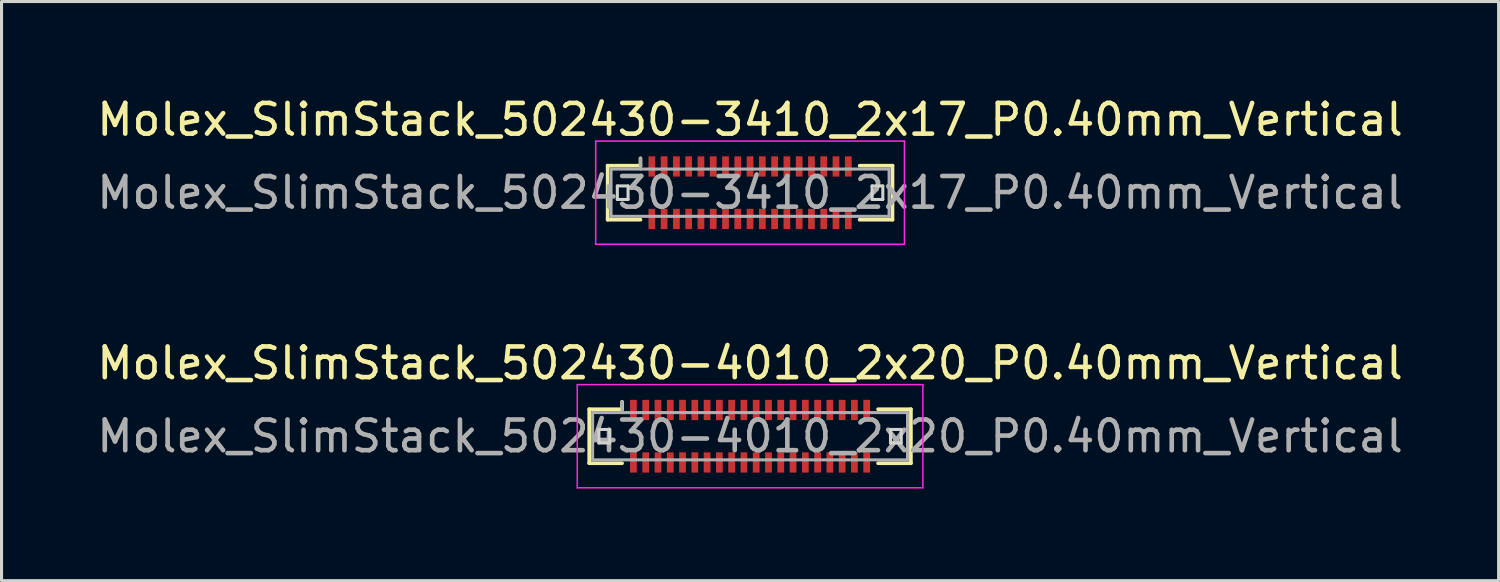
<source format=kicad_pcb>
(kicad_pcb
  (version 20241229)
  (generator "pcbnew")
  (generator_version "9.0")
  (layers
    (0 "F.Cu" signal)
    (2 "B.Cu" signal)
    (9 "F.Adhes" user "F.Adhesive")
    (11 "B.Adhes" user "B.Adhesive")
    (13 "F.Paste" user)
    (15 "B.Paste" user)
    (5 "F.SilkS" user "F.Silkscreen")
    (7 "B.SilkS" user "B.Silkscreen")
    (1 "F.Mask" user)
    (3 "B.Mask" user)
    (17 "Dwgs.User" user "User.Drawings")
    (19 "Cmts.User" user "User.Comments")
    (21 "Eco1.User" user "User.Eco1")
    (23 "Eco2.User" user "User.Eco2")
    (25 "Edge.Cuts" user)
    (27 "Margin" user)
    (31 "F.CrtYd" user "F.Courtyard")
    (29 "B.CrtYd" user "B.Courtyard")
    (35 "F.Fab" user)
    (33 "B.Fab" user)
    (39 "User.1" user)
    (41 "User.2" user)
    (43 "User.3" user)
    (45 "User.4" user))
  (footprint "Molex_SlimStack_502430-3410_2x17_P0.40mm_Vertical"
    (layer "F.Cu")
    (at 21.387 3.228)
    (property "Reference" "Molex_SlimStack_502430-3410_2x17_P0.40mm_Vertical" (at 0 -2.38 0) (layer "F.SilkS") (effects (font (size 1 1) (thickness 0.15))))
    (attr smd)
    (fp_line (start -4.64 -0.88) (end -3.57 -0.88) (stroke (width 0.12) (type solid)) (layer "F.SilkS"))
    (fp_line (start -4.64 0.88) (end -4.64 -0.88) (stroke (width 0.12) (type solid)) (layer "F.SilkS"))
    (fp_line (start -3.57 -0.88) (end -3.57 -1.12) (stroke (width 0.12) (type solid)) (layer "F.SilkS"))
    (fp_line (start -3.57 0.88) (end -4.64 0.88) (stroke (width 0.12) (type solid)) (layer "F.SilkS"))
    (fp_line (start 3.57 0.88) (end 4.64 0.88) (stroke (width 0.12) (type solid)) (layer "F.SilkS"))
    (fp_line (start 4.64 -0.88) (end 3.57 -0.88) (stroke (width 0.12) (type solid)) (layer "F.SilkS"))
    (fp_line (start 4.64 0.88) (end 4.64 -0.88) (stroke (width 0.12) (type solid)) (layer "F.SilkS"))
    (fp_line (start -4.325 -0.22) (end -4.325 0.22) (stroke (width 0.1) (type solid)) (layer "Edge.Cuts"))
    (fp_line (start -4.325 0.22) (end -3.975 0.22) (stroke (width 0.1) (type solid)) (layer "Edge.Cuts"))
    (fp_line (start -3.975 -0.22) (end -4.325 -0.22) (stroke (width 0.1) (type solid)) (layer "Edge.Cuts"))
    (fp_line (start -3.975 0.22) (end -3.975 -0.22) (stroke (width 0.1) (type solid)) (layer "Edge.Cuts"))
    (fp_line (start 3.975 -0.22) (end 3.975 0.22) (stroke (width 0.1) (type solid)) (layer "Edge.Cuts"))
    (fp_line (start 3.975 0.22) (end 4.325 0.22) (stroke (width 0.1) (type solid)) (layer "Edge.Cuts"))
    (fp_line (start 4.325 -0.22) (end 3.975 -0.22) (stroke (width 0.1) (type solid)) (layer "Edge.Cuts"))
    (fp_line (start 4.325 0.22) (end 4.325 -0.22) (stroke (width 0.1) (type solid)) (layer "Edge.Cuts"))
    (fp_line (start -5.03 -1.68) (end -5.03 1.68) (stroke (width 0.05) (type solid)) (layer "F.CrtYd"))
    (fp_line (start -5.03 1.68) (end 5.03 1.68) (stroke (width 0.05) (type solid)) (layer "F.CrtYd"))
    (fp_line (start 5.03 -1.68) (end -5.03 -1.68) (stroke (width 0.05) (type solid)) (layer "F.CrtYd"))
    (fp_line (start 5.03 1.68) (end 5.03 -1.68) (stroke (width 0.05) (type solid)) (layer "F.CrtYd"))
    (fp_line (start -4.53 -0.77) (end -4.53 0.77) (stroke (width 0.1) (type solid)) (layer "F.Fab"))
    (fp_line (start -4.53 0.77) (end 4.53 0.77) (stroke (width 0.1) (type solid)) (layer "F.Fab"))
    (fp_line (start -3.57 -0.77) (end -3.57 -1.12) (stroke (width 0.1) (type solid)) (layer "F.Fab"))
    (fp_line (start 4.53 -0.77) (end -4.53 -0.77) (stroke (width 0.1) (type solid)) (layer "F.Fab"))
    (fp_line (start 4.53 0.77) (end 4.53 -0.77) (stroke (width 0.1) (type solid)) (layer "F.Fab"))
    (fp_text user "${REFERENCE}" (at 0 0 0) (layer "F.Fab") (effects (font (size 1 1) (thickness 0.15))))
    (pad "1" smd rect (at -3.2 -0.855) (size 0.22 0.66) (layers "F.Cu" "F.Mask" "F.Paste"))
    (pad "2" smd rect (at -3.2 0.855) (size 0.22 0.66) (layers "F.Cu" "F.Mask" "F.Paste"))
    (pad "3" smd rect (at -2.8 -0.855) (size 0.22 0.66) (layers "F.Cu" "F.Mask" "F.Paste"))
    (pad "4" smd rect (at -2.8 0.855) (size 0.22 0.66) (layers "F.Cu" "F.Mask" "F.Paste"))
    (pad "5" smd rect (at -2.4 -0.855) (size 0.22 0.66) (layers "F.Cu" "F.Mask" "F.Paste"))
    (pad "6" smd rect (at -2.4 0.855) (size 0.22 0.66) (layers "F.Cu" "F.Mask" "F.Paste"))
    (pad "7" smd rect (at -2 -0.855) (size 0.22 0.66) (layers "F.Cu" "F.Mask" "F.Paste"))
    (pad "8" smd rect (at -2 0.855) (size 0.22 0.66) (layers "F.Cu" "F.Mask" "F.Paste"))
    (pad "9" smd rect (at -1.6 -0.855) (size 0.22 0.66) (layers "F.Cu" "F.Mask" "F.Paste"))
    (pad "10" smd rect (at -1.6 0.855) (size 0.22 0.66) (layers "F.Cu" "F.Mask" "F.Paste"))
    (pad "11" smd rect (at -1.2 -0.855) (size 0.22 0.66) (layers "F.Cu" "F.Mask" "F.Paste"))
    (pad "12" smd rect (at -1.2 0.855) (size 0.22 0.66) (layers "F.Cu" "F.Mask" "F.Paste"))
    (pad "13" smd rect (at -0.8 -0.855) (size 0.22 0.66) (layers "F.Cu" "F.Mask" "F.Paste"))
    (pad "14" smd rect (at -0.8 0.855) (size 0.22 0.66) (layers "F.Cu" "F.Mask" "F.Paste"))
    (pad "15" smd rect (at -0.4 -0.855) (size 0.22 0.66) (layers "F.Cu" "F.Mask" "F.Paste"))
    (pad "16" smd rect (at -0.4 0.855) (size 0.22 0.66) (layers "F.Cu" "F.Mask" "F.Paste"))
    (pad "17" smd rect (at 0 -0.855) (size 0.22 0.66) (layers "F.Cu" "F.Mask" "F.Paste"))
    (pad "18" smd rect (at 0 0.855) (size 0.22 0.66) (layers "F.Cu" "F.Mask" "F.Paste"))
    (pad "19" smd rect (at 0.4 -0.855) (size 0.22 0.66) (layers "F.Cu" "F.Mask" "F.Paste"))
    (pad "20" smd rect (at 0.4 0.855) (size 0.22 0.66) (layers "F.Cu" "F.Mask" "F.Paste"))
    (pad "21" smd rect (at 0.8 -0.855) (size 0.22 0.66) (layers "F.Cu" "F.Mask" "F.Paste"))
    (pad "22" smd rect (at 0.8 0.855) (size 0.22 0.66) (layers "F.Cu" "F.Mask" "F.Paste"))
    (pad "23" smd rect (at 1.2 -0.855) (size 0.22 0.66) (layers "F.Cu" "F.Mask" "F.Paste"))
    (pad "24" smd rect (at 1.2 0.855) (size 0.22 0.66) (layers "F.Cu" "F.Mask" "F.Paste"))
    (pad "25" smd rect (at 1.6 -0.855) (size 0.22 0.66) (layers "F.Cu" "F.Mask" "F.Paste"))
    (pad "26" smd rect (at 1.6 0.855) (size 0.22 0.66) (layers "F.Cu" "F.Mask" "F.Paste"))
    (pad "27" smd rect (at 2 -0.855) (size 0.22 0.66) (layers "F.Cu" "F.Mask" "F.Paste"))
    (pad "28" smd rect (at 2 0.855) (size 0.22 0.66) (layers "F.Cu" "F.Mask" "F.Paste"))
    (pad "29" smd rect (at 2.4 -0.855) (size 0.22 0.66) (layers "F.Cu" "F.Mask" "F.Paste"))
    (pad "30" smd rect (at 2.4 0.855) (size 0.22 0.66) (layers "F.Cu" "F.Mask" "F.Paste"))
    (pad "31" smd rect (at 2.8 -0.855) (size 0.22 0.66) (layers "F.Cu" "F.Mask" "F.Paste"))
    (pad "32" smd rect (at 2.8 0.855) (size 0.22 0.66) (layers "F.Cu" "F.Mask" "F.Paste"))
    (pad "33" smd rect (at 3.2 -0.855) (size 0.22 0.66) (layers "F.Cu" "F.Mask" "F.Paste"))
    (pad "34" smd rect (at 3.2 0.855) (size 0.22 0.66) (layers "F.Cu" "F.Mask" "F.Paste")))
  (footprint "Molex_SlimStack_502430-4010_2x20_P0.40mm_Vertical"
    (layer "F.Cu")
    (at 21.387 11.162)
    (property "Reference" "Molex_SlimStack_502430-4010_2x20_P0.40mm_Vertical" (at 0 -2.38 0) (layer "F.SilkS") (effects (font (size 1 1) (thickness 0.15))))
    (attr smd)
    (fp_line (start -5.24 -0.88) (end -4.17 -0.88) (stroke (width 0.12) (type solid)) (layer "F.SilkS"))
    (fp_line (start -5.24 0.88) (end -5.24 -0.88) (stroke (width 0.12) (type solid)) (layer "F.SilkS"))
    (fp_line (start -4.17 -0.88) (end -4.17 -1.12) (stroke (width 0.12) (type solid)) (layer "F.SilkS"))
    (fp_line (start -4.17 0.88) (end -5.24 0.88) (stroke (width 0.12) (type solid)) (layer "F.SilkS"))
    (fp_line (start 4.17 0.88) (end 5.24 0.88) (stroke (width 0.12) (type solid)) (layer "F.SilkS"))
    (fp_line (start 5.24 -0.88) (end 4.17 -0.88) (stroke (width 0.12) (type solid)) (layer "F.SilkS"))
    (fp_line (start 5.24 0.88) (end 5.24 -0.88) (stroke (width 0.12) (type solid)) (layer "F.SilkS"))
    (fp_line (start -4.925 -0.22) (end -4.925 0.22) (stroke (width 0.1) (type solid)) (layer "Edge.Cuts"))
    (fp_line (start -4.925 0.22) (end -4.575 0.22) (stroke (width 0.1) (type solid)) (layer "Edge.Cuts"))
    (fp_line (start -4.575 -0.22) (end -4.925 -0.22) (stroke (width 0.1) (type solid)) (layer "Edge.Cuts"))
    (fp_line (start -4.575 0.22) (end -4.575 -0.22) (stroke (width 0.1) (type solid)) (layer "Edge.Cuts"))
    (fp_line (start 4.575 -0.22) (end 4.575 0.22) (stroke (width 0.1) (type solid)) (layer "Edge.Cuts"))
    (fp_line (start 4.575 0.22) (end 4.925 0.22) (stroke (width 0.1) (type solid)) (layer "Edge.Cuts"))
    (fp_line (start 4.925 -0.22) (end 4.575 -0.22) (stroke (width 0.1) (type solid)) (layer "Edge.Cuts"))
    (fp_line (start 4.925 0.22) (end 4.925 -0.22) (stroke (width 0.1) (type solid)) (layer "Edge.Cuts"))
    (fp_line (start -5.63 -1.68) (end -5.63 1.68) (stroke (width 0.05) (type solid)) (layer "F.CrtYd"))
    (fp_line (start -5.63 1.68) (end 5.63 1.68) (stroke (width 0.05) (type solid)) (layer "F.CrtYd"))
    (fp_line (start 5.63 -1.68) (end -5.63 -1.68) (stroke (width 0.05) (type solid)) (layer "F.CrtYd"))
    (fp_line (start 5.63 1.68) (end 5.63 -1.68) (stroke (width 0.05) (type solid)) (layer "F.CrtYd"))
    (fp_line (start -5.13 -0.77) (end -5.13 0.77) (stroke (width 0.1) (type solid)) (layer "F.Fab"))
    (fp_line (start -5.13 0.77) (end 5.13 0.77) (stroke (width 0.1) (type solid)) (layer "F.Fab"))
    (fp_line (start -4.17 -0.77) (end -4.17 -1.12) (stroke (width 0.1) (type solid)) (layer "F.Fab"))
    (fp_line (start 5.13 -0.77) (end -5.13 -0.77) (stroke (width 0.1) (type solid)) (layer "F.Fab"))
    (fp_line (start 5.13 0.77) (end 5.13 -0.77) (stroke (width 0.1) (type solid)) (layer "F.Fab"))
    (fp_text user "${REFERENCE}" (at 0 0 0) (layer "F.Fab") (effects (font (size 1 1) (thickness 0.15))))
    (pad "1" smd rect (at -3.8 -0.855) (size 0.22 0.66) (layers "F.Cu" "F.Mask" "F.Paste"))
    (pad "2" smd rect (at -3.8 0.855) (size 0.22 0.66) (layers "F.Cu" "F.Mask" "F.Paste"))
    (pad "3" smd rect (at -3.4 -0.855) (size 0.22 0.66) (layers "F.Cu" "F.Mask" "F.Paste"))
    (pad "4" smd rect (at -3.4 0.855) (size 0.22 0.66) (layers "F.Cu" "F.Mask" "F.Paste"))
    (pad "5" smd rect (at -3 -0.855) (size 0.22 0.66) (layers "F.Cu" "F.Mask" "F.Paste"))
    (pad "6" smd rect (at -3 0.855) (size 0.22 0.66) (layers "F.Cu" "F.Mask" "F.Paste"))
    (pad "7" smd rect (at -2.6 -0.855) (size 0.22 0.66) (layers "F.Cu" "F.Mask" "F.Paste"))
    (pad "8" smd rect (at -2.6 0.855) (size 0.22 0.66) (layers "F.Cu" "F.Mask" "F.Paste"))
    (pad "9" smd rect (at -2.2 -0.855) (size 0.22 0.66) (layers "F.Cu" "F.Mask" "F.Paste"))
    (pad "10" smd rect (at -2.2 0.855) (size 0.22 0.66) (layers "F.Cu" "F.Mask" "F.Paste"))
    (pad "11" smd rect (at -1.8 -0.855) (size 0.22 0.66) (layers "F.Cu" "F.Mask" "F.Paste"))
    (pad "12" smd rect (at -1.8 0.855) (size 0.22 0.66) (layers "F.Cu" "F.Mask" "F.Paste"))
    (pad "13" smd rect (at -1.4 -0.855) (size 0.22 0.66) (layers "F.Cu" "F.Mask" "F.Paste"))
    (pad "14" smd rect (at -1.4 0.855) (size 0.22 0.66) (layers "F.Cu" "F.Mask" "F.Paste"))
    (pad "15" smd rect (at -1 -0.855) (size 0.22 0.66) (layers "F.Cu" "F.Mask" "F.Paste"))
    (pad "16" smd rect (at -1 0.855) (size 0.22 0.66) (layers "F.Cu" "F.Mask" "F.Paste"))
    (pad "17" smd rect (at -0.6 -0.855) (size 0.22 0.66) (layers "F.Cu" "F.Mask" "F.Paste"))
    (pad "18" smd rect (at -0.6 0.855) (size 0.22 0.66) (layers "F.Cu" "F.Mask" "F.Paste"))
    (pad "19" smd rect (at -0.2 -0.855) (size 0.22 0.66) (layers "F.Cu" "F.Mask" "F.Paste"))
    (pad "20" smd rect (at -0.2 0.855) (size 0.22 0.66) (layers "F.Cu" "F.Mask" "F.Paste"))
    (pad "21" smd rect (at 0.2 -0.855) (size 0.22 0.66) (layers "F.Cu" "F.Mask" "F.Paste"))
    (pad "22" smd rect (at 0.2 0.855) (size 0.22 0.66) (layers "F.Cu" "F.Mask" "F.Paste"))
    (pad "23" smd rect (at 0.6 -0.855) (size 0.22 0.66) (layers "F.Cu" "F.Mask" "F.Paste"))
    (pad "24" smd rect (at 0.6 0.855) (size 0.22 0.66) (layers "F.Cu" "F.Mask" "F.Paste"))
    (pad "25" smd rect (at 1 -0.855) (size 0.22 0.66) (layers "F.Cu" "F.Mask" "F.Paste"))
    (pad "26" smd rect (at 1 0.855) (size 0.22 0.66) (layers "F.Cu" "F.Mask" "F.Paste"))
    (pad "27" smd rect (at 1.4 -0.855) (size 0.22 0.66) (layers "F.Cu" "F.Mask" "F.Paste"))
    (pad "28" smd rect (at 1.4 0.855) (size 0.22 0.66) (layers "F.Cu" "F.Mask" "F.Paste"))
    (pad "29" smd rect (at 1.8 -0.855) (size 0.22 0.66) (layers "F.Cu" "F.Mask" "F.Paste"))
    (pad "30" smd rect (at 1.8 0.855) (size 0.22 0.66) (layers "F.Cu" "F.Mask" "F.Paste"))
    (pad "31" smd rect (at 2.2 -0.855) (size 0.22 0.66) (layers "F.Cu" "F.Mask" "F.Paste"))
    (pad "32" smd rect (at 2.2 0.855) (size 0.22 0.66) (layers "F.Cu" "F.Mask" "F.Paste"))
    (pad "33" smd rect (at 2.6 -0.855) (size 0.22 0.66) (layers "F.Cu" "F.Mask" "F.Paste"))
    (pad "34" smd rect (at 2.6 0.855) (size 0.22 0.66) (layers "F.Cu" "F.Mask" "F.Paste"))
    (pad "35" smd rect (at 3 -0.855) (size 0.22 0.66) (layers "F.Cu" "F.Mask" "F.Paste"))
    (pad "36" smd rect (at 3 0.855) (size 0.22 0.66) (layers "F.Cu" "F.Mask" "F.Paste"))
    (pad "37" smd rect (at 3.4 -0.855) (size 0.22 0.66) (layers "F.Cu" "F.Mask" "F.Paste"))
    (pad "38" smd rect (at 3.4 0.855) (size 0.22 0.66) (layers "F.Cu" "F.Mask" "F.Paste"))
    (pad "39" smd rect (at 3.8 -0.855) (size 0.22 0.66) (layers "F.Cu" "F.Mask" "F.Paste"))
    (pad "40" smd rect (at 3.8 0.855) (size 0.22 0.66) (layers "F.Cu" "F.Mask" "F.Paste")))
  (gr_rect
    (start -3 -3)
    (end 45.774 15.867)
    (stroke (width 0.1) (type default))
    (fill no)
    (layer "Edge.Cuts")))
</source>
